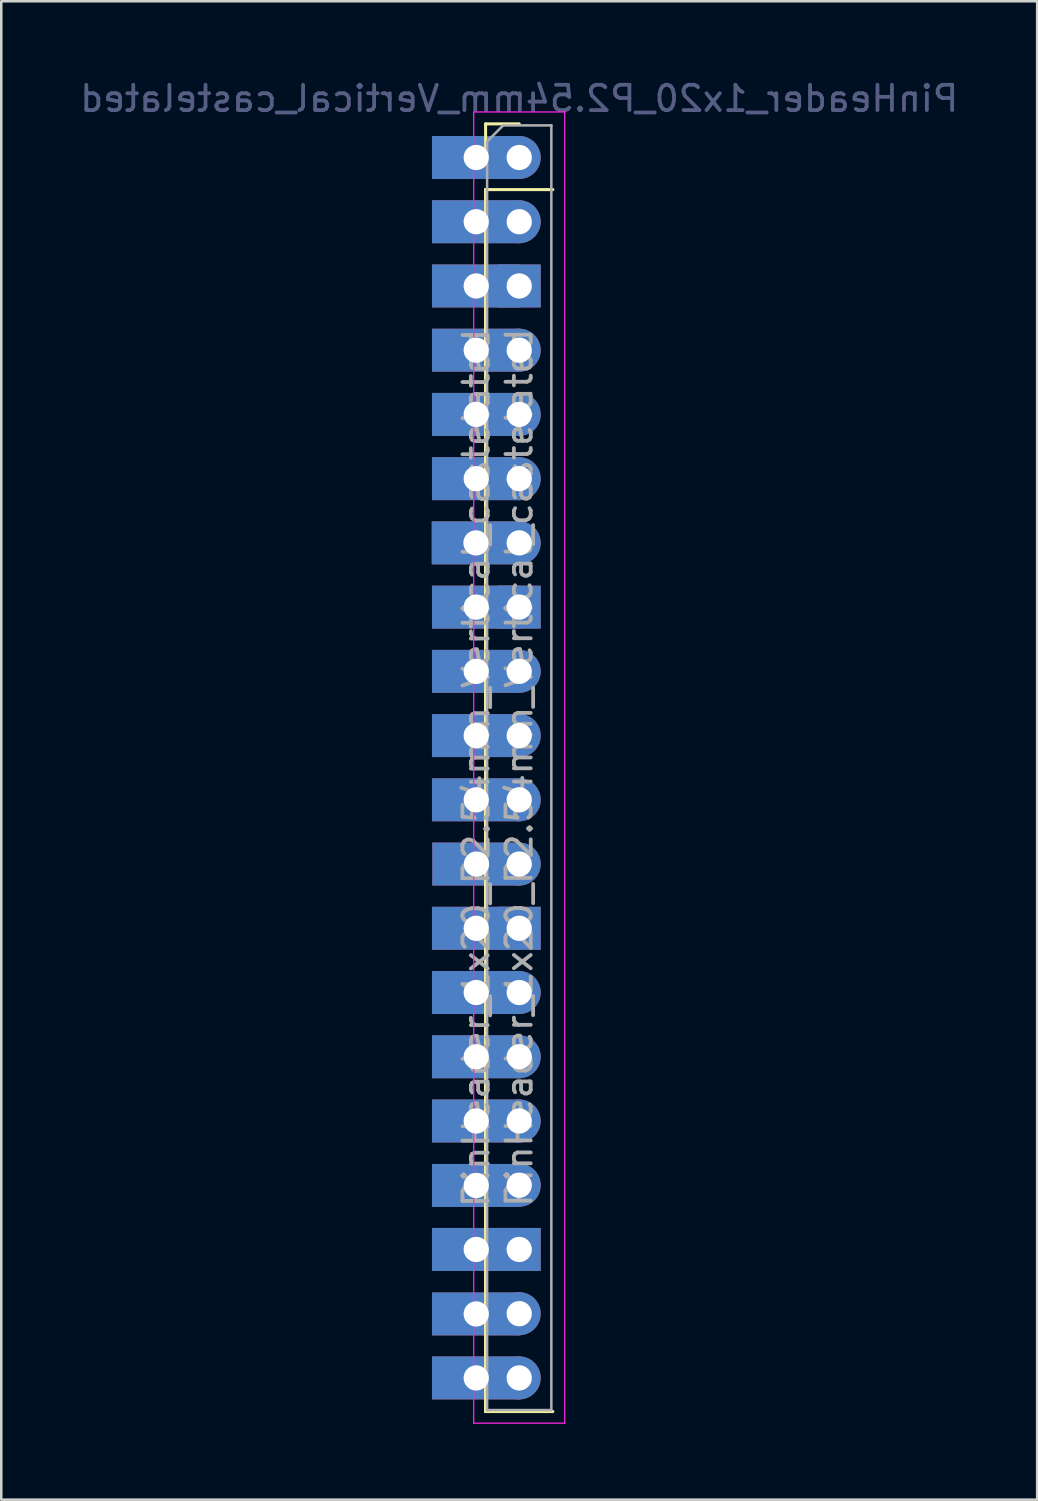
<source format=kicad_pcb>
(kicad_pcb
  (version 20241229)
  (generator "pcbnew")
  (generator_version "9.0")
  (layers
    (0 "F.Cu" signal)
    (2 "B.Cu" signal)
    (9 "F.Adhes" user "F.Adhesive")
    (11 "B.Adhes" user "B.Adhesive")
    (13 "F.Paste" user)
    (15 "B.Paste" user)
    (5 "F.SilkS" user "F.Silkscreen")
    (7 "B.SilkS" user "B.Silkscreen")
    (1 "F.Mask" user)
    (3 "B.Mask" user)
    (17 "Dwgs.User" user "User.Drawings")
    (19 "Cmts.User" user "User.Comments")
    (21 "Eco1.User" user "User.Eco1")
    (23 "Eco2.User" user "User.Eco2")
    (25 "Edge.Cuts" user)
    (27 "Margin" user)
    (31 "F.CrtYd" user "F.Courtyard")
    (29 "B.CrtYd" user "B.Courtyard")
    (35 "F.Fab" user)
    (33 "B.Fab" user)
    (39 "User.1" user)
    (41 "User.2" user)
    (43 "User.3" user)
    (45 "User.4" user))
  (footprint "PinHeader_1x20_P2.54mm_Vertical_castelated"
    (layer "F.Cu")
    (at 17.482 3.178)
    (property "Reference" "PinHeader_1x20_P2.54mm_Vertical_castelated" (at 0 -2.33 0) (layer "B.Fab") (effects (font (size 1 1) (thickness 0.15)) (justify mirror)))
    (attr through_hole)
    (fp_line (start -1.33 -1.33) (end 0 -1.33) (stroke (width 0.12) (type solid)) (layer "F.SilkS"))
    (fp_line (start -1.33 0) (end -1.33 -1.33) (stroke (width 0.12) (type solid)) (layer "F.SilkS"))
    (fp_line (start -1.33 1.27) (end -1.33 49.59) (stroke (width 0.12) (type solid)) (layer "F.SilkS"))
    (fp_line (start -1.33 1.27) (end -1.33 49.59) (stroke (width 0.12) (type solid)) (layer "F.SilkS"))
    (fp_line (start -1.33 1.27) (end 1.33 1.27) (stroke (width 0.12) (type solid)) (layer "F.SilkS"))
    (fp_line (start -1.33 49.59) (end 1.33 49.59) (stroke (width 0.12) (type solid)) (layer "F.SilkS"))
    (fp_line (start -1.8 -1.8) (end -1.8 50.05) (stroke (width 0.05) (type solid)) (layer "F.CrtYd"))
    (fp_line (start -1.8 50.05) (end 1.8 50.05) (stroke (width 0.05) (type solid)) (layer "F.CrtYd"))
    (fp_line (start 1.8 -1.8) (end -1.8 -1.8) (stroke (width 0.05) (type solid)) (layer "F.CrtYd"))
    (fp_line (start 1.8 50.05) (end 1.8 -1.8) (stroke (width 0.05) (type solid)) (layer "F.CrtYd"))
    (fp_line (start -1.27 -0.635) (end -0.635 -1.27) (stroke (width 0.1) (type solid)) (layer "F.Fab"))
    (fp_line (start -1.27 49.53) (end -1.27 -0.635) (stroke (width 0.1) (type solid)) (layer "F.Fab"))
    (fp_line (start -0.635 -1.27) (end 1.27 -1.27) (stroke (width 0.1) (type solid)) (layer "F.Fab"))
    (fp_line (start 1.27 -1.27) (end 1.27 49.53) (stroke (width 0.1) (type solid)) (layer "F.Fab"))
    (fp_line (start 1.27 49.53) (end -1.27 49.53) (stroke (width 0.1) (type solid)) (layer "F.Fab"))
    (fp_text user "${REFERENCE}" (at -1.7 24.14 90) (layer "F.Fab") (effects (font (size 1 1) (thickness 0.15))))
    (fp_text user "${REFERENCE}" (at 0 24.13 90) (layer "F.Fab") (effects (font (size 1 1) (thickness 0.15))))
    (pad "1" thru_hole rect (at -1.7 0) (size 3.5 1.7) (drill 1) (layers "*.Cu" "*.Mask"))
    (pad "1" thru_hole circle (at 0 0) (size 1.7 1.7) (drill 1) (layers "*.Cu" "*.Mask"))
    (pad "2" thru_hole rect (at -1.7 2.54) (size 3.5 1.7) (drill 1) (layers "*.Cu" "*.Mask"))
    (pad "2" thru_hole oval (at 0 2.54) (size 1.7 1.7) (drill 1) (layers "*.Cu" "*.Mask"))
    (pad "3" thru_hole rect (at -1.7 5.08) (size 3.5 1.7) (drill 1) (layers "*.Cu" "*.Mask"))
    (pad "3" thru_hole rect (at 0 5.08) (size 1.7 1.7) (drill 1) (layers "*.Cu" "*.Mask"))
    (pad "4" thru_hole rect (at -1.7 7.62) (size 3.5 1.7) (drill 1) (layers "*.Cu" "*.Mask"))
    (pad "4" thru_hole oval (at 0 7.62) (size 1.7 1.7) (drill 1) (layers "*.Cu" "*.Mask"))
    (pad "5" thru_hole rect (at -1.7 10.16) (size 3.5 1.7) (drill 1) (layers "*.Cu" "*.Mask"))
    (pad "5" thru_hole oval (at 0 10.16) (size 1.7 1.7) (drill 1) (layers "*.Cu" "*.Mask"))
    (pad "6" thru_hole rect (at -1.7 12.7) (size 3.5 1.7) (drill 1) (layers "*.Cu" "*.Mask"))
    (pad "6" thru_hole oval (at 0 12.7) (size 1.7 1.7) (drill 1) (layers "*.Cu" "*.Mask"))
    (pad "7" thru_hole rect (at -1.71 15.24) (size 3.5 1.7) (drill 1) (layers "*.Cu" "*.Mask"))
    (pad "7" thru_hole oval (at 0 15.24) (size 1.7 1.7) (drill 1) (layers "*.Cu" "*.Mask"))
    (pad "8" thru_hole rect (at -1.7 17.78) (size 3.5 1.7) (drill 1) (layers "*.Cu" "*.Mask"))
    (pad "8" thru_hole rect (at 0 17.78) (size 1.7 1.7) (drill 1) (layers "*.Cu" "*.Mask"))
    (pad "9" thru_hole rect (at -1.7 20.32) (size 3.5 1.7) (drill 1) (layers "*.Cu" "*.Mask"))
    (pad "9" thru_hole oval (at 0 20.32) (size 1.7 1.7) (drill 1) (layers "*.Cu" "*.Mask"))
    (pad "10" thru_hole rect (at -1.7 22.86) (size 3.5 1.7) (drill 1) (layers "*.Cu" "*.Mask"))
    (pad "10" thru_hole oval (at 0 22.86) (size 1.7 1.7) (drill 1) (layers "*.Cu" "*.Mask"))
    (pad "11" thru_hole rect (at -1.7 25.4) (size 3.5 1.7) (drill 1) (layers "*.Cu" "*.Mask"))
    (pad "11" thru_hole oval (at 0 25.4) (size 1.7 1.7) (drill 1) (layers "*.Cu" "*.Mask"))
    (pad "12" thru_hole rect (at -1.69 27.94) (size 3.5 1.7) (drill 1) (layers "*.Cu" "*.Mask"))
    (pad "12" thru_hole oval (at 0 27.94) (size 1.7 1.7) (drill 1) (layers "*.Cu" "*.Mask"))
    (pad "13" thru_hole rect (at -1.7 30.48) (size 3.5 1.7) (drill 1) (layers "*.Cu" "*.Mask"))
    (pad "13" thru_hole rect (at 0 30.48) (size 1.7 1.7) (drill 1) (layers "*.Cu" "*.Mask"))
    (pad "14" thru_hole rect (at -1.7 33.02) (size 3.5 1.7) (drill 1) (layers "*.Cu" "*.Mask"))
    (pad "14" thru_hole oval (at 0 33.02) (size 1.7 1.7) (drill 1) (layers "*.Cu" "*.Mask"))
    (pad "15" thru_hole rect (at -1.7 35.56) (size 3.5 1.7) (drill 1) (layers "*.Cu" "*.Mask"))
    (pad "15" thru_hole oval (at 0 35.56) (size 1.7 1.7) (drill 1) (layers "*.Cu" "*.Mask"))
    (pad "16" thru_hole rect (at -1.7 38.1) (size 3.5 1.7) (drill 1) (layers "*.Cu" "*.Mask"))
    (pad "16" thru_hole oval (at 0 38.1) (size 1.7 1.7) (drill 1) (layers "*.Cu" "*.Mask"))
    (pad "17" thru_hole rect (at -1.7 40.65) (size 3.5 1.7) (drill 1) (layers "*.Cu" "*.Mask"))
    (pad "17" thru_hole oval (at 0 40.64) (size 1.7 1.7) (drill 1) (layers "*.Cu" "*.Mask"))
    (pad "18" thru_hole rect (at -1.7 43.18) (size 3.5 1.7) (drill 1) (layers "*.Cu" "*.Mask"))
    (pad "18" thru_hole rect (at 0 43.18) (size 1.7 1.7) (drill 1) (layers "*.Cu" "*.Mask"))
    (pad "19" thru_hole rect (at -1.7 45.73) (size 3.5 1.7) (drill 1) (layers "*.Cu" "*.Mask"))
    (pad "19" thru_hole oval (at 0 45.72) (size 1.7 1.7) (drill 1) (layers "*.Cu" "*.Mask"))
    (pad "20" thru_hole rect (at -1.7 48.26) (size 3.5 1.7) (drill 1) (layers "*.Cu" "*.Mask"))
    (pad "20" thru_hole oval (at 0 48.26) (size 1.7 1.7) (drill 1) (layers "*.Cu" "*.Mask")))
  (gr_rect
    (start -3 -3)
    (end 37.964 56.253)
    (stroke (width 0.1) (type default))
    (fill no)
    (layer "Edge.Cuts")))
</source>
